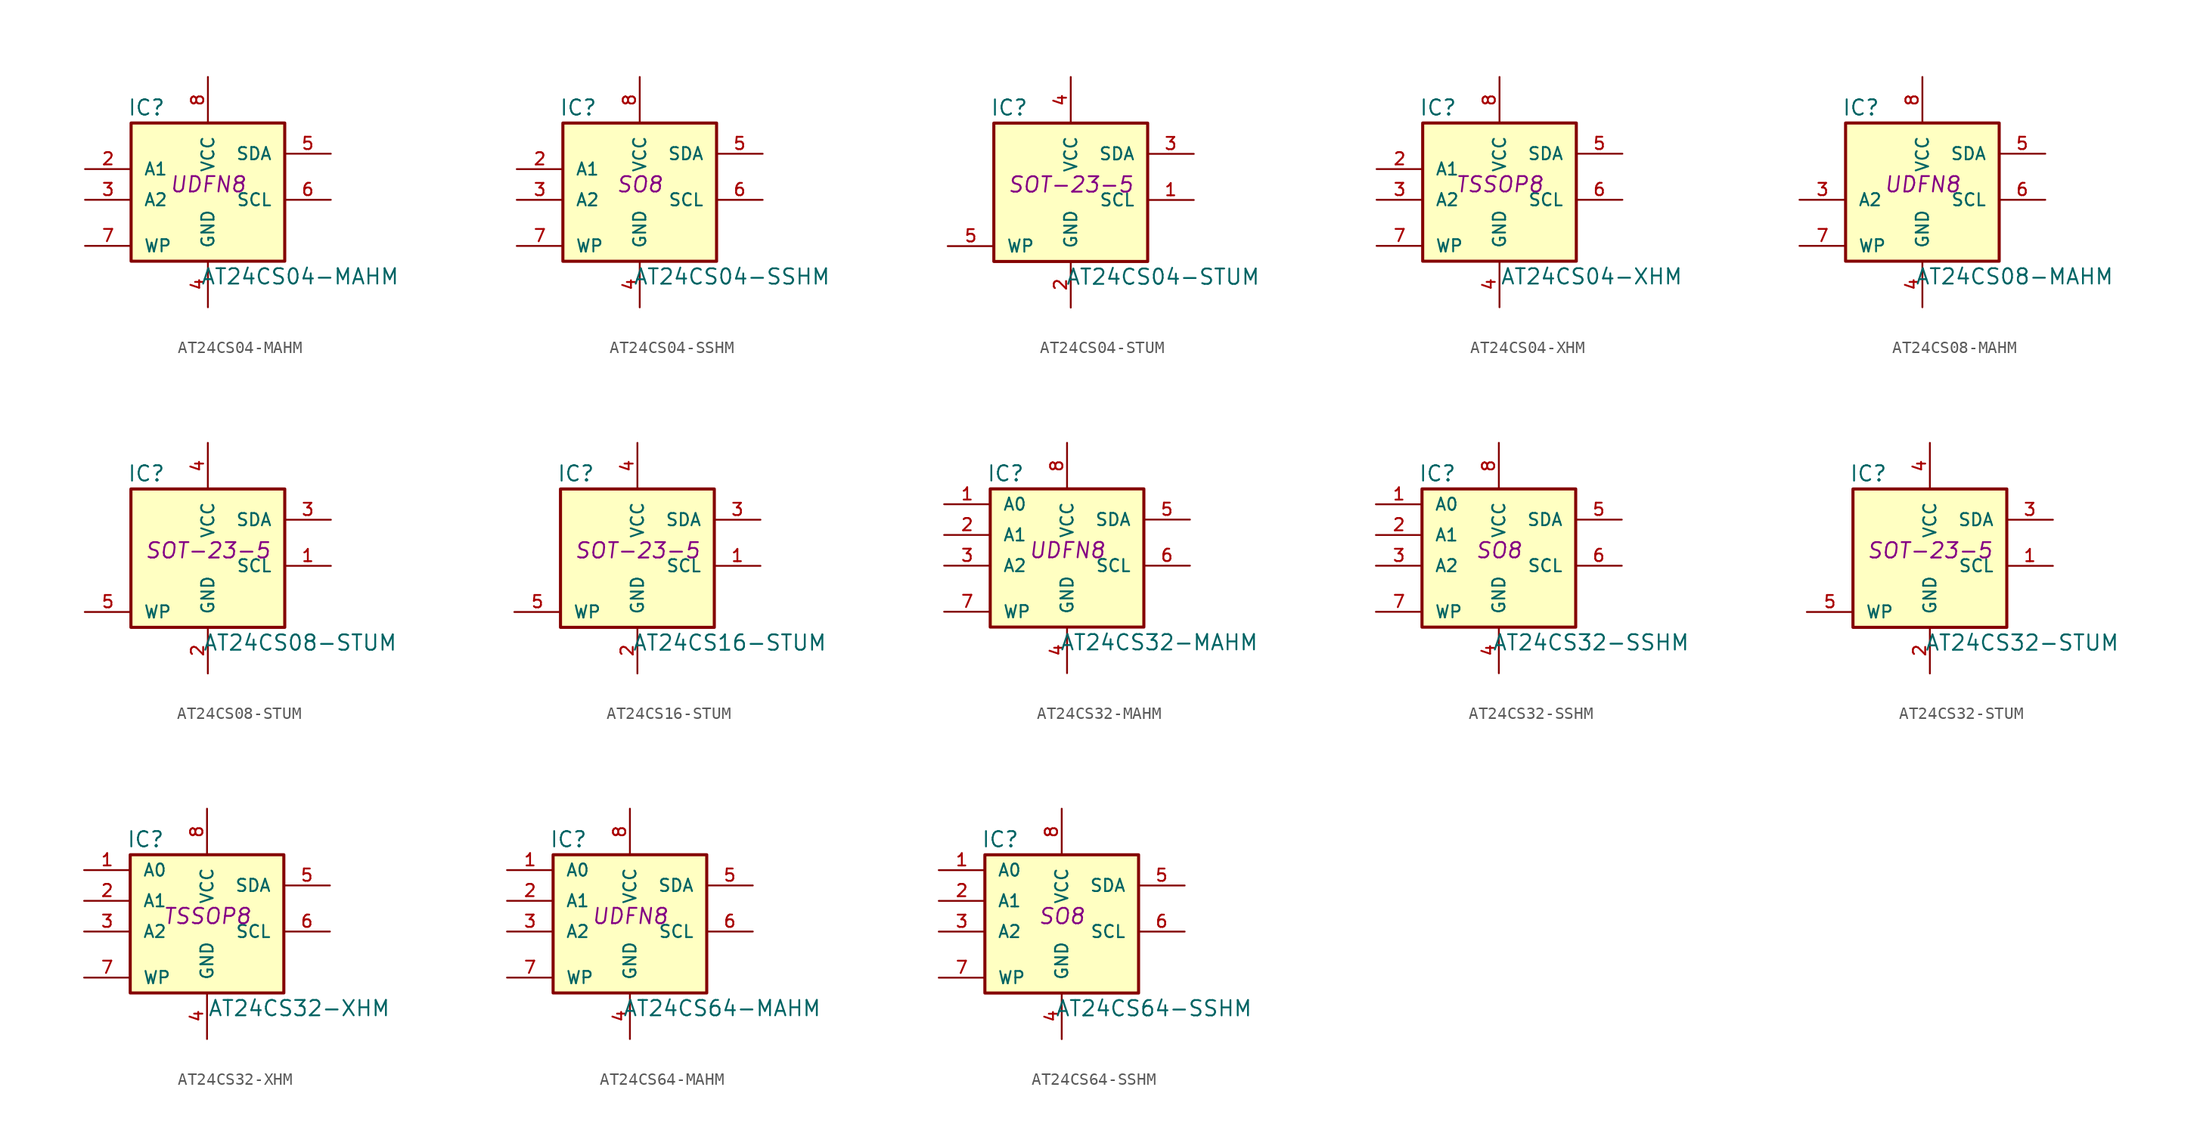
<source format=kicad_sym>
(kicad_symbol_lib
  (version 20231120)
  (generator "kicad_symbol_editor")
  (generator_version "8.0")
  (symbol "AT24CS04-MAHM"
    (pin_names
      (offset 1.016))
    (property "Reference" "IC"
      (at -5.08 6.35 0)
      (effects (font (size 1.27 1.27))))
    (property "Value" "AT24CS04-MAHM"
      (at 7.62 -7.62 0)
      (effects (font (size 1.27 1.27))))
    (property "Footprint" "UDFN8"
      (at 0 0 0)
      (effects (font (size 1.27 1.27) (italic yes))))
    (property "Datasheet" ""
      (at 0 0 0)
      (effects (font (size 1.27 1.27))))
    (symbol "AT24CS04-MAHM_0_1"
      (rectangle (start -6.35 5.08) (end 6.35 -6.35) (stroke (width 0.254) (type solid)) (fill (type background))))
    (symbol "AT24CS04-MAHM_1_1"
      (pin input line (at -10.16 1.27 0) (length 3.81) (name "A1" (effects (font (size 1.016 1.016)))) (number "2" (effects (font (size 1.016 1.016)))))
      (pin input line (at -10.16 -1.27 0) (length 3.81) (name "A2" (effects (font (size 1.016 1.016)))) (number "3" (effects (font (size 1.016 1.016)))))
      (pin power_in line (at 0 -10.16 90) (length 3.81) (name "GND" (effects (font (size 1.016 1.016)))) (number "4" (effects (font (size 1.016 1.016)))))
      (pin bidirectional line (at 10.16 2.54 180) (length 3.81) (name "SDA" (effects (font (size 1.016 1.016)))) (number "5" (effects (font (size 1.016 1.016)))))
      (pin input line (at 10.16 -1.27 180) (length 3.81) (name "SCL" (effects (font (size 1.016 1.016)))) (number "6" (effects (font (size 1.016 1.016)))))
      (pin input line (at -10.16 -5.08 0) (length 3.81) (name "WP" (effects (font (size 1.016 1.016)))) (number "7" (effects (font (size 1.016 1.016)))))
      (pin power_in line (at 0 8.89 270) (length 3.81) (name "VCC" (effects (font (size 1.016 1.016)))) (number "8" (effects (font (size 1.016 1.016)))))))
  (symbol "AT24CS04-SSHM"
    (pin_names
      (offset 1.016))
    (property "Reference" "IC"
      (at -5.08 6.35 0)
      (effects (font (size 1.27 1.27))))
    (property "Value" "AT24CS04-SSHM"
      (at 7.62 -7.62 0)
      (effects (font (size 1.27 1.27))))
    (property "Footprint" "SO8"
      (at 0 0 0)
      (effects (font (size 1.27 1.27) (italic yes))))
    (property "Datasheet" ""
      (at 0 0 0)
      (effects (font (size 1.27 1.27))))
    (symbol "AT24CS04-SSHM_0_1"
      (rectangle (start -6.35 5.08) (end 6.35 -6.35) (stroke (width 0.254) (type solid)) (fill (type background))))
    (symbol "AT24CS04-SSHM_1_1"
      (pin input line (at -10.16 1.27 0) (length 3.81) (name "A1" (effects (font (size 1.016 1.016)))) (number "2" (effects (font (size 1.016 1.016)))))
      (pin input line (at -10.16 -1.27 0) (length 3.81) (name "A2" (effects (font (size 1.016 1.016)))) (number "3" (effects (font (size 1.016 1.016)))))
      (pin power_in line (at 0 -10.16 90) (length 3.81) (name "GND" (effects (font (size 1.016 1.016)))) (number "4" (effects (font (size 1.016 1.016)))))
      (pin bidirectional line (at 10.16 2.54 180) (length 3.81) (name "SDA" (effects (font (size 1.016 1.016)))) (number "5" (effects (font (size 1.016 1.016)))))
      (pin input line (at 10.16 -1.27 180) (length 3.81) (name "SCL" (effects (font (size 1.016 1.016)))) (number "6" (effects (font (size 1.016 1.016)))))
      (pin input line (at -10.16 -5.08 0) (length 3.81) (name "WP" (effects (font (size 1.016 1.016)))) (number "7" (effects (font (size 1.016 1.016)))))
      (pin power_in line (at 0 8.89 270) (length 3.81) (name "VCC" (effects (font (size 1.016 1.016)))) (number "8" (effects (font (size 1.016 1.016)))))))
  (symbol "AT24CS04-STUM"
    (pin_names
      (offset 1.016))
    (property "Reference" "IC"
      (at -5.08 6.35 0)
      (effects (font (size 1.27 1.27))))
    (property "Value" "AT24CS04-STUM"
      (at 7.62 -7.62 0)
      (effects (font (size 1.27 1.27))))
    (property "Footprint" "SOT-23-5"
      (at 0 0 0)
      (effects (font (size 1.27 1.27) (italic yes))))
    (property "Datasheet" ""
      (at 0 0 0)
      (effects (font (size 1.27 1.27))))
    (symbol "AT24CS04-STUM_0_1"
      (rectangle (start -6.35 5.08) (end 6.35 -6.35) (stroke (width 0.254) (type solid)) (fill (type background))))
    (symbol "AT24CS04-STUM_1_1"
      (pin input line (at 10.16 -1.27 180) (length 3.81) (name "SCL" (effects (font (size 1.016 1.016)))) (number "1" (effects (font (size 1.016 1.016)))))
      (pin power_in line (at 0 -10.16 90) (length 3.81) (name "GND" (effects (font (size 1.016 1.016)))) (number "2" (effects (font (size 1.016 1.016)))))
      (pin bidirectional line (at 10.16 2.54 180) (length 3.81) (name "SDA" (effects (font (size 1.016 1.016)))) (number "3" (effects (font (size 1.016 1.016)))))
      (pin power_in line (at 0 8.89 270) (length 3.81) (name "VCC" (effects (font (size 1.016 1.016)))) (number "4" (effects (font (size 1.016 1.016)))))
      (pin input line (at -10.16 -5.08 0) (length 3.81) (name "WP" (effects (font (size 1.016 1.016)))) (number "5" (effects (font (size 1.016 1.016)))))))
  (symbol "AT24CS04-XHM"
    (pin_names
      (offset 1.016))
    (property "Reference" "IC"
      (at -5.08 6.35 0)
      (effects (font (size 1.27 1.27))))
    (property "Value" "AT24CS04-XHM"
      (at 7.62 -7.62 0)
      (effects (font (size 1.27 1.27))))
    (property "Footprint" "TSSOP8"
      (at 0 0 0)
      (effects (font (size 1.27 1.27) (italic yes))))
    (property "Datasheet" ""
      (at 0 0 0)
      (effects (font (size 1.27 1.27))))
    (symbol "AT24CS04-XHM_0_1"
      (rectangle (start -6.35 5.08) (end 6.35 -6.35) (stroke (width 0.254) (type solid)) (fill (type background))))
    (symbol "AT24CS04-XHM_1_1"
      (pin input line (at -10.16 1.27 0) (length 3.81) (name "A1" (effects (font (size 1.016 1.016)))) (number "2" (effects (font (size 1.016 1.016)))))
      (pin input line (at -10.16 -1.27 0) (length 3.81) (name "A2" (effects (font (size 1.016 1.016)))) (number "3" (effects (font (size 1.016 1.016)))))
      (pin power_in line (at 0 -10.16 90) (length 3.81) (name "GND" (effects (font (size 1.016 1.016)))) (number "4" (effects (font (size 1.016 1.016)))))
      (pin bidirectional line (at 10.16 2.54 180) (length 3.81) (name "SDA" (effects (font (size 1.016 1.016)))) (number "5" (effects (font (size 1.016 1.016)))))
      (pin input line (at 10.16 -1.27 180) (length 3.81) (name "SCL" (effects (font (size 1.016 1.016)))) (number "6" (effects (font (size 1.016 1.016)))))
      (pin input line (at -10.16 -5.08 0) (length 3.81) (name "WP" (effects (font (size 1.016 1.016)))) (number "7" (effects (font (size 1.016 1.016)))))
      (pin power_in line (at 0 8.89 270) (length 3.81) (name "VCC" (effects (font (size 1.016 1.016)))) (number "8" (effects (font (size 1.016 1.016)))))))
  (symbol "AT24CS08-MAHM"
    (pin_names
      (offset 1.016))
    (property "Reference" "IC"
      (at -5.08 6.35 0)
      (effects (font (size 1.27 1.27))))
    (property "Value" "AT24CS08-MAHM"
      (at 7.62 -7.62 0)
      (effects (font (size 1.27 1.27))))
    (property "Footprint" "UDFN8"
      (at 0 0 0)
      (effects (font (size 1.27 1.27) (italic yes))))
    (property "Datasheet" ""
      (at 0 0 0)
      (effects (font (size 1.27 1.27))))
    (symbol "AT24CS08-MAHM_0_1"
      (rectangle (start -6.35 5.08) (end 6.35 -6.35) (stroke (width 0.254) (type solid)) (fill (type background))))
    (symbol "AT24CS08-MAHM_1_1"
      (pin input line (at -10.16 -1.27 0) (length 3.81) (name "A2" (effects (font (size 1.016 1.016)))) (number "3" (effects (font (size 1.016 1.016)))))
      (pin power_in line (at 0 -10.16 90) (length 3.81) (name "GND" (effects (font (size 1.016 1.016)))) (number "4" (effects (font (size 1.016 1.016)))))
      (pin bidirectional line (at 10.16 2.54 180) (length 3.81) (name "SDA" (effects (font (size 1.016 1.016)))) (number "5" (effects (font (size 1.016 1.016)))))
      (pin input line (at 10.16 -1.27 180) (length 3.81) (name "SCL" (effects (font (size 1.016 1.016)))) (number "6" (effects (font (size 1.016 1.016)))))
      (pin input line (at -10.16 -5.08 0) (length 3.81) (name "WP" (effects (font (size 1.016 1.016)))) (number "7" (effects (font (size 1.016 1.016)))))
      (pin power_in line (at 0 8.89 270) (length 3.81) (name "VCC" (effects (font (size 1.016 1.016)))) (number "8" (effects (font (size 1.016 1.016)))))))
  (symbol "AT24CS08-STUM"
    (pin_names
      (offset 1.016))
    (property "Reference" "IC"
      (at -5.08 6.35 0)
      (effects (font (size 1.27 1.27))))
    (property "Value" "AT24CS08-STUM"
      (at 7.62 -7.62 0)
      (effects (font (size 1.27 1.27))))
    (property "Footprint" "SOT-23-5"
      (at 0 0 0)
      (effects (font (size 1.27 1.27) (italic yes))))
    (property "Datasheet" ""
      (at 0 0 0)
      (effects (font (size 1.27 1.27))))
    (symbol "AT24CS08-STUM_0_1"
      (rectangle (start -6.35 5.08) (end 6.35 -6.35) (stroke (width 0.254) (type solid)) (fill (type background))))
    (symbol "AT24CS08-STUM_1_1"
      (pin input line (at 10.16 -1.27 180) (length 3.81) (name "SCL" (effects (font (size 1.016 1.016)))) (number "1" (effects (font (size 1.016 1.016)))))
      (pin power_in line (at 0 -10.16 90) (length 3.81) (name "GND" (effects (font (size 1.016 1.016)))) (number "2" (effects (font (size 1.016 1.016)))))
      (pin bidirectional line (at 10.16 2.54 180) (length 3.81) (name "SDA" (effects (font (size 1.016 1.016)))) (number "3" (effects (font (size 1.016 1.016)))))
      (pin power_in line (at 0 8.89 270) (length 3.81) (name "VCC" (effects (font (size 1.016 1.016)))) (number "4" (effects (font (size 1.016 1.016)))))
      (pin input line (at -10.16 -5.08 0) (length 3.81) (name "WP" (effects (font (size 1.016 1.016)))) (number "5" (effects (font (size 1.016 1.016)))))))
  (symbol "AT24CS16-STUM"
    (pin_names
      (offset 1.016))
    (property "Reference" "IC"
      (at -5.08 6.35 0)
      (effects (font (size 1.27 1.27))))
    (property "Value" "AT24CS16-STUM"
      (at 7.62 -7.62 0)
      (effects (font (size 1.27 1.27))))
    (property "Footprint" "SOT-23-5"
      (at 0 0 0)
      (effects (font (size 1.27 1.27) (italic yes))))
    (property "Datasheet" ""
      (at 0 0 0)
      (effects (font (size 1.27 1.27))))
    (symbol "AT24CS16-STUM_0_1"
      (rectangle (start -6.35 5.08) (end 6.35 -6.35) (stroke (width 0.254) (type solid)) (fill (type background))))
    (symbol "AT24CS16-STUM_1_1"
      (pin input line (at 10.16 -1.27 180) (length 3.81) (name "SCL" (effects (font (size 1.016 1.016)))) (number "1" (effects (font (size 1.016 1.016)))))
      (pin power_in line (at 0 -10.16 90) (length 3.81) (name "GND" (effects (font (size 1.016 1.016)))) (number "2" (effects (font (size 1.016 1.016)))))
      (pin bidirectional line (at 10.16 2.54 180) (length 3.81) (name "SDA" (effects (font (size 1.016 1.016)))) (number "3" (effects (font (size 1.016 1.016)))))
      (pin power_in line (at 0 8.89 270) (length 3.81) (name "VCC" (effects (font (size 1.016 1.016)))) (number "4" (effects (font (size 1.016 1.016)))))
      (pin input line (at -10.16 -5.08 0) (length 3.81) (name "WP" (effects (font (size 1.016 1.016)))) (number "5" (effects (font (size 1.016 1.016)))))))
  (symbol "AT24CS32-MAHM"
    (pin_names
      (offset 1.016))
    (property "Reference" "IC"
      (at -5.08 6.35 0)
      (effects (font (size 1.27 1.27))))
    (property "Value" "AT24CS32-MAHM"
      (at 7.62 -7.62 0)
      (effects (font (size 1.27 1.27))))
    (property "Footprint" "UDFN8"
      (at 0 0 0)
      (effects (font (size 1.27 1.27) (italic yes))))
    (property "Datasheet" ""
      (at 0 0 0)
      (effects (font (size 1.27 1.27))))
    (symbol "AT24CS32-MAHM_0_1"
      (rectangle (start -6.35 5.08) (end 6.35 -6.35) (stroke (width 0.254) (type solid)) (fill (type background))))
    (symbol "AT24CS32-MAHM_1_1"
      (pin input line (at -10.16 3.81 0) (length 3.81) (name "A0" (effects (font (size 1.016 1.016)))) (number "1" (effects (font (size 1.016 1.016)))))
      (pin input line (at -10.16 1.27 0) (length 3.81) (name "A1" (effects (font (size 1.016 1.016)))) (number "2" (effects (font (size 1.016 1.016)))))
      (pin input line (at -10.16 -1.27 0) (length 3.81) (name "A2" (effects (font (size 1.016 1.016)))) (number "3" (effects (font (size 1.016 1.016)))))
      (pin power_in line (at 0 -10.16 90) (length 3.81) (name "GND" (effects (font (size 1.016 1.016)))) (number "4" (effects (font (size 1.016 1.016)))))
      (pin bidirectional line (at 10.16 2.54 180) (length 3.81) (name "SDA" (effects (font (size 1.016 1.016)))) (number "5" (effects (font (size 1.016 1.016)))))
      (pin input line (at 10.16 -1.27 180) (length 3.81) (name "SCL" (effects (font (size 1.016 1.016)))) (number "6" (effects (font (size 1.016 1.016)))))
      (pin input line (at -10.16 -5.08 0) (length 3.81) (name "WP" (effects (font (size 1.016 1.016)))) (number "7" (effects (font (size 1.016 1.016)))))
      (pin power_in line (at 0 8.89 270) (length 3.81) (name "VCC" (effects (font (size 1.016 1.016)))) (number "8" (effects (font (size 1.016 1.016)))))))
  (symbol "AT24CS32-SSHM"
    (pin_names
      (offset 1.016))
    (property "Reference" "IC"
      (at -5.08 6.35 0)
      (effects (font (size 1.27 1.27))))
    (property "Value" "AT24CS32-SSHM"
      (at 7.62 -7.62 0)
      (effects (font (size 1.27 1.27))))
    (property "Footprint" "SO8"
      (at 0 0 0)
      (effects (font (size 1.27 1.27) (italic yes))))
    (property "Datasheet" ""
      (at 0 0 0)
      (effects (font (size 1.27 1.27))))
    (symbol "AT24CS32-SSHM_0_1"
      (rectangle (start -6.35 5.08) (end 6.35 -6.35) (stroke (width 0.254) (type solid)) (fill (type background))))
    (symbol "AT24CS32-SSHM_1_1"
      (pin input line (at -10.16 3.81 0) (length 3.81) (name "A0" (effects (font (size 1.016 1.016)))) (number "1" (effects (font (size 1.016 1.016)))))
      (pin input line (at -10.16 1.27 0) (length 3.81) (name "A1" (effects (font (size 1.016 1.016)))) (number "2" (effects (font (size 1.016 1.016)))))
      (pin input line (at -10.16 -1.27 0) (length 3.81) (name "A2" (effects (font (size 1.016 1.016)))) (number "3" (effects (font (size 1.016 1.016)))))
      (pin power_in line (at 0 -10.16 90) (length 3.81) (name "GND" (effects (font (size 1.016 1.016)))) (number "4" (effects (font (size 1.016 1.016)))))
      (pin bidirectional line (at 10.16 2.54 180) (length 3.81) (name "SDA" (effects (font (size 1.016 1.016)))) (number "5" (effects (font (size 1.016 1.016)))))
      (pin input line (at 10.16 -1.27 180) (length 3.81) (name "SCL" (effects (font (size 1.016 1.016)))) (number "6" (effects (font (size 1.016 1.016)))))
      (pin input line (at -10.16 -5.08 0) (length 3.81) (name "WP" (effects (font (size 1.016 1.016)))) (number "7" (effects (font (size 1.016 1.016)))))
      (pin power_in line (at 0 8.89 270) (length 3.81) (name "VCC" (effects (font (size 1.016 1.016)))) (number "8" (effects (font (size 1.016 1.016)))))))
  (symbol "AT24CS32-STUM"
    (pin_names
      (offset 1.016))
    (property "Reference" "IC"
      (at -5.08 6.35 0)
      (effects (font (size 1.27 1.27))))
    (property "Value" "AT24CS32-STUM"
      (at 7.62 -7.62 0)
      (effects (font (size 1.27 1.27))))
    (property "Footprint" "SOT-23-5"
      (at 0 0 0)
      (effects (font (size 1.27 1.27) (italic yes))))
    (property "Datasheet" ""
      (at 0 0 0)
      (effects (font (size 1.27 1.27))))
    (symbol "AT24CS32-STUM_0_1"
      (rectangle (start -6.35 5.08) (end 6.35 -6.35) (stroke (width 0.254) (type solid)) (fill (type background))))
    (symbol "AT24CS32-STUM_1_1"
      (pin input line (at 10.16 -1.27 180) (length 3.81) (name "SCL" (effects (font (size 1.016 1.016)))) (number "1" (effects (font (size 1.016 1.016)))))
      (pin power_in line (at 0 -10.16 90) (length 3.81) (name "GND" (effects (font (size 1.016 1.016)))) (number "2" (effects (font (size 1.016 1.016)))))
      (pin bidirectional line (at 10.16 2.54 180) (length 3.81) (name "SDA" (effects (font (size 1.016 1.016)))) (number "3" (effects (font (size 1.016 1.016)))))
      (pin power_in line (at 0 8.89 270) (length 3.81) (name "VCC" (effects (font (size 1.016 1.016)))) (number "4" (effects (font (size 1.016 1.016)))))
      (pin input line (at -10.16 -5.08 0) (length 3.81) (name "WP" (effects (font (size 1.016 1.016)))) (number "5" (effects (font (size 1.016 1.016)))))))
  (symbol "AT24CS32-XHM"
    (pin_names
      (offset 1.016))
    (property "Reference" "IC"
      (at -5.08 6.35 0)
      (effects (font (size 1.27 1.27))))
    (property "Value" "AT24CS32-XHM"
      (at 7.62 -7.62 0)
      (effects (font (size 1.27 1.27))))
    (property "Footprint" "TSSOP8"
      (at 0 0 0)
      (effects (font (size 1.27 1.27) (italic yes))))
    (property "Datasheet" ""
      (at 0 0 0)
      (effects (font (size 1.27 1.27))))
    (symbol "AT24CS32-XHM_0_1"
      (rectangle (start -6.35 5.08) (end 6.35 -6.35) (stroke (width 0.254) (type solid)) (fill (type background))))
    (symbol "AT24CS32-XHM_1_1"
      (pin input line (at -10.16 3.81 0) (length 3.81) (name "A0" (effects (font (size 1.016 1.016)))) (number "1" (effects (font (size 1.016 1.016)))))
      (pin input line (at -10.16 1.27 0) (length 3.81) (name "A1" (effects (font (size 1.016 1.016)))) (number "2" (effects (font (size 1.016 1.016)))))
      (pin input line (at -10.16 -1.27 0) (length 3.81) (name "A2" (effects (font (size 1.016 1.016)))) (number "3" (effects (font (size 1.016 1.016)))))
      (pin power_in line (at 0 -10.16 90) (length 3.81) (name "GND" (effects (font (size 1.016 1.016)))) (number "4" (effects (font (size 1.016 1.016)))))
      (pin bidirectional line (at 10.16 2.54 180) (length 3.81) (name "SDA" (effects (font (size 1.016 1.016)))) (number "5" (effects (font (size 1.016 1.016)))))
      (pin input line (at 10.16 -1.27 180) (length 3.81) (name "SCL" (effects (font (size 1.016 1.016)))) (number "6" (effects (font (size 1.016 1.016)))))
      (pin input line (at -10.16 -5.08 0) (length 3.81) (name "WP" (effects (font (size 1.016 1.016)))) (number "7" (effects (font (size 1.016 1.016)))))
      (pin power_in line (at 0 8.89 270) (length 3.81) (name "VCC" (effects (font (size 1.016 1.016)))) (number "8" (effects (font (size 1.016 1.016)))))))
  (symbol "AT24CS64-MAHM"
    (pin_names
      (offset 1.016))
    (property "Reference" "IC"
      (at -5.08 6.35 0)
      (effects (font (size 1.27 1.27))))
    (property "Value" "AT24CS64-MAHM"
      (at 7.62 -7.62 0)
      (effects (font (size 1.27 1.27))))
    (property "Footprint" "UDFN8"
      (at 0 0 0)
      (effects (font (size 1.27 1.27) (italic yes))))
    (property "Datasheet" ""
      (at 0 0 0)
      (effects (font (size 1.27 1.27))))
    (symbol "AT24CS64-MAHM_0_1"
      (rectangle (start -6.35 5.08) (end 6.35 -6.35) (stroke (width 0.254) (type solid)) (fill (type background))))
    (symbol "AT24CS64-MAHM_1_1"
      (pin input line (at -10.16 3.81 0) (length 3.81) (name "A0" (effects (font (size 1.016 1.016)))) (number "1" (effects (font (size 1.016 1.016)))))
      (pin input line (at -10.16 1.27 0) (length 3.81) (name "A1" (effects (font (size 1.016 1.016)))) (number "2" (effects (font (size 1.016 1.016)))))
      (pin input line (at -10.16 -1.27 0) (length 3.81) (name "A2" (effects (font (size 1.016 1.016)))) (number "3" (effects (font (size 1.016 1.016)))))
      (pin power_in line (at 0 -10.16 90) (length 3.81) (name "GND" (effects (font (size 1.016 1.016)))) (number "4" (effects (font (size 1.016 1.016)))))
      (pin bidirectional line (at 10.16 2.54 180) (length 3.81) (name "SDA" (effects (font (size 1.016 1.016)))) (number "5" (effects (font (size 1.016 1.016)))))
      (pin input line (at 10.16 -1.27 180) (length 3.81) (name "SCL" (effects (font (size 1.016 1.016)))) (number "6" (effects (font (size 1.016 1.016)))))
      (pin input line (at -10.16 -5.08 0) (length 3.81) (name "WP" (effects (font (size 1.016 1.016)))) (number "7" (effects (font (size 1.016 1.016)))))
      (pin power_in line (at 0 8.89 270) (length 3.81) (name "VCC" (effects (font (size 1.016 1.016)))) (number "8" (effects (font (size 1.016 1.016)))))))
  (symbol "AT24CS64-SSHM"
    (pin_names
      (offset 1.016))
    (property "Reference" "IC"
      (at -5.08 6.35 0)
      (effects (font (size 1.27 1.27))))
    (property "Value" "AT24CS64-SSHM"
      (at 7.62 -7.62 0)
      (effects (font (size 1.27 1.27))))
    (property "Footprint" "SO8"
      (at 0 0 0)
      (effects (font (size 1.27 1.27) (italic yes))))
    (property "Datasheet" ""
      (at 0 0 0)
      (effects (font (size 1.27 1.27))))
    (symbol "AT24CS64-SSHM_0_1"
      (rectangle (start -6.35 5.08) (end 6.35 -6.35) (stroke (width 0.254) (type solid)) (fill (type background))))
    (symbol "AT24CS64-SSHM_1_1"
      (pin input line (at -10.16 3.81 0) (length 3.81) (name "A0" (effects (font (size 1.016 1.016)))) (number "1" (effects (font (size 1.016 1.016)))))
      (pin input line (at -10.16 1.27 0) (length 3.81) (name "A1" (effects (font (size 1.016 1.016)))) (number "2" (effects (font (size 1.016 1.016)))))
      (pin input line (at -10.16 -1.27 0) (length 3.81) (name "A2" (effects (font (size 1.016 1.016)))) (number "3" (effects (font (size 1.016 1.016)))))
      (pin power_in line (at 0 -10.16 90) (length 3.81) (name "GND" (effects (font (size 1.016 1.016)))) (number "4" (effects (font (size 1.016 1.016)))))
      (pin bidirectional line (at 10.16 2.54 180) (length 3.81) (name "SDA" (effects (font (size 1.016 1.016)))) (number "5" (effects (font (size 1.016 1.016)))))
      (pin input line (at 10.16 -1.27 180) (length 3.81) (name "SCL" (effects (font (size 1.016 1.016)))) (number "6" (effects (font (size 1.016 1.016)))))
      (pin input line (at -10.16 -5.08 0) (length 3.81) (name "WP" (effects (font (size 1.016 1.016)))) (number "7" (effects (font (size 1.016 1.016)))))
      (pin power_in line (at 0 8.89 270) (length 3.81) (name "VCC" (effects (font (size 1.016 1.016)))) (number "8" (effects (font (size 1.016 1.016))))))))
</source>
